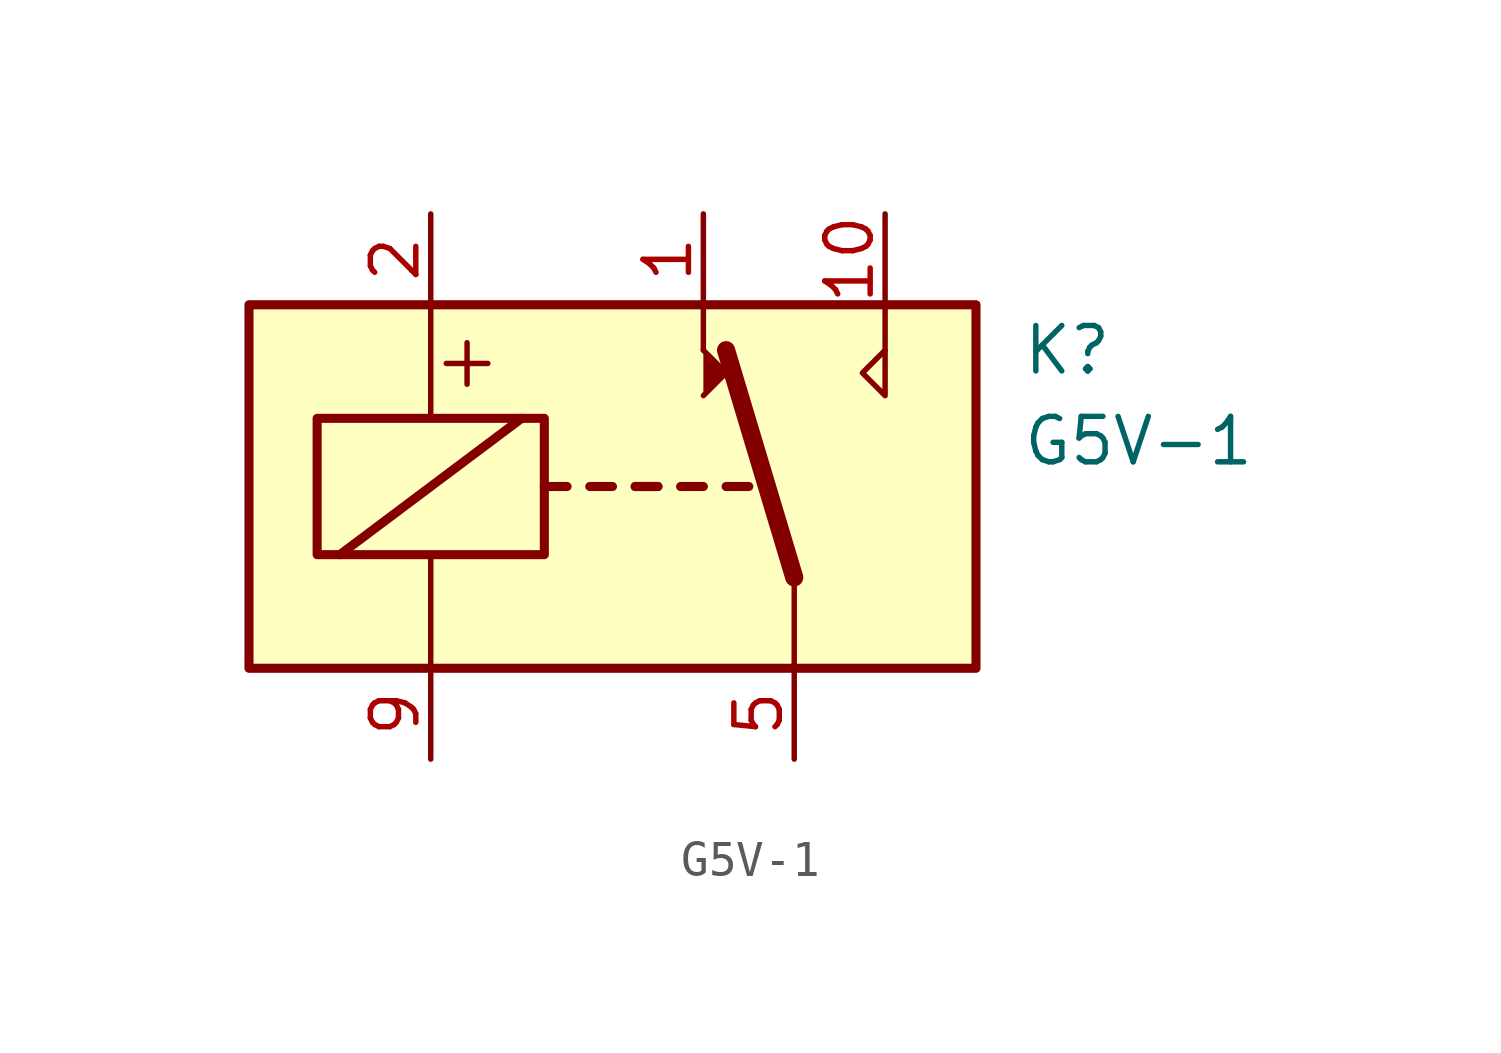
<source format=kicad_sym>
(kicad_symbol_lib
  (version 20220102)
  (generator kicad_symbol_editor)
  (symbol "G5V-1"
    (pin_names
      (offset 1.016))
    (property "Reference" "K"
      (at 11.43 3.81 0)
      (effects (font (size 1.27 1.27)) (justify left)))
    (property "Value" "G5V-1"
      (at 11.43 1.27 0)
      (effects (font (size 1.27 1.27)) (justify left)))
    (symbol "G5V-1_0_0"
      (polyline (pts (xy 2.54 3.81) (xy 2.54 5.08)) (stroke (width 0) (type default)) (fill (type none)))
      (polyline (pts (xy 7.62 3.81) (xy 7.62 5.08)) (stroke (width 0) (type default)) (fill (type none)))
      (polyline (pts (xy 7.62 3.81) (xy 7.62 2.54) (xy 6.985 3.175) (xy 7.62 3.81)) (stroke (width 0) (type default)) (fill (type none)))
      (text "+" (at -4.064 3.556 0) (effects (font (size 1.524 1.524)))))
    (symbol "G5V-1_0_1"
      (rectangle (start -10.16 5.08) (end 10.16 -5.08) (stroke (width 0.254) (type default)) (fill (type background)))
      (rectangle (start -8.255 1.905) (end -1.905 -1.905) (stroke (width 0.254) (type default)) (fill (type none)))
      (polyline (pts (xy -7.62 -1.905) (xy -2.54 1.905)) (stroke (width 0.254) (type default)) (fill (type none)))
      (polyline (pts (xy -5.08 -5.08) (xy -5.08 -1.905)) (stroke (width 0) (type default)) (fill (type none)))
      (polyline (pts (xy -5.08 5.08) (xy -5.08 1.905)) (stroke (width 0) (type default)) (fill (type none)))
      (polyline (pts (xy -1.905 0) (xy -1.27 0)) (stroke (width 0.254) (type default)) (fill (type none)))
      (polyline (pts (xy -0.635 0) (xy 0 0)) (stroke (width 0.254) (type default)) (fill (type none)))
      (polyline (pts (xy 0.635 0) (xy 1.27 0)) (stroke (width 0.254) (type default)) (fill (type none)))
      (polyline (pts (xy 0.635 0) (xy 1.27 0)) (stroke (width 0.254) (type default)) (fill (type none)))
      (polyline (pts (xy 1.905 0) (xy 2.54 0)) (stroke (width 0.254) (type default)) (fill (type none)))
      (polyline (pts (xy 3.175 0) (xy 3.81 0)) (stroke (width 0.254) (type default)) (fill (type none)))
      (polyline (pts (xy 5.08 -2.54) (xy 3.175 3.81)) (stroke (width 0.508) (type default)) (fill (type none)))
      (polyline (pts (xy 5.08 -2.54) (xy 5.08 -5.08)) (stroke (width 0) (type default)) (fill (type none)))
      (polyline (pts (xy 2.54 2.54) (xy 3.175 3.175) (xy 2.54 3.81)) (stroke (width 0) (type default)) (fill (type outline))))
    (symbol "G5V-1_1_1"
      (pin passive line (at 2.54 7.62 270) (length 2.54) (name "~" (effects (font (size 1.27 1.27)))) (number "1" (effects (font (size 1.27 1.27)))))
      (pin passive line (at 7.62 7.62 270) (length 2.54) (name "~" (effects (font (size 1.27 1.27)))) (number "10" (effects (font (size 1.27 1.27)))))
      (pin passive line (at -5.08 7.62 270) (length 2.54) (name "~" (effects (font (size 1.27 1.27)))) (number "2" (effects (font (size 1.27 1.27)))))
      (pin passive line (at 5.08 -7.62 90) (length 2.54) (name "~" (effects (font (size 1.27 1.27)))) (number "5" (effects (font (size 1.27 1.27)))))
      (pin passive line (at 5.08 -7.62 90) (length 2.54) hide (name "~" (effects (font (size 1.27 1.27)))) (number "6" (effects (font (size 1.27 1.27)))))
      (pin passive line (at -5.08 -7.62 90) (length 2.54) (name "~" (effects (font (size 1.27 1.27)))) (number "9" (effects (font (size 1.27 1.27))))))))
</source>
